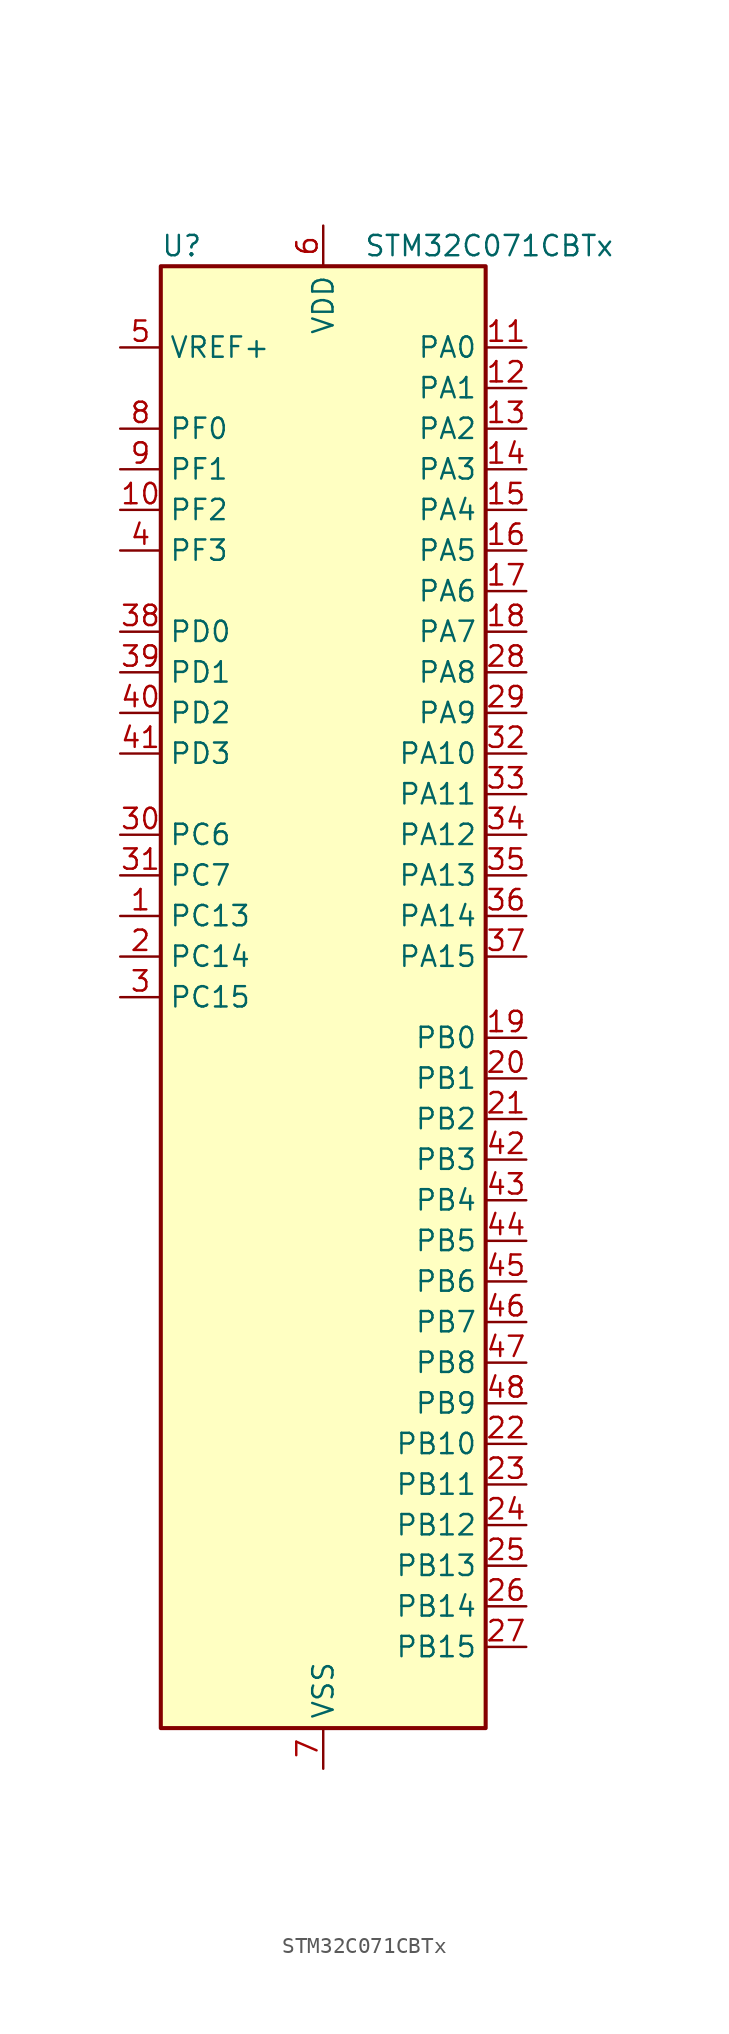
<source format=kicad_sym>
(kicad_symbol_lib
  (version 20241209)
  (generator "kicad_symbol_editor")
  (generator_version "9.0")
  (symbol "STM32C071CBTx"
    (property "Reference" "U"
      (at -10.16 46.99 0)
      (effects (font (size 1.27 1.27)) (justify left)))
    (property "Value" "STM32C071CBTx"
      (at 2.54 46.99 0)
      (effects (font (size 1.27 1.27)) (justify left)))
    (symbol "STM32C071CBTx_0_1"
      (rectangle (start -10.16 -45.72) (end 10.16 45.72) (stroke (width 0.254) (type default)) (fill (type background))))
    (symbol "STM32C071CBTx_1_1"
      (pin input line (at -12.7 40.64 0) (length 2.54) (name "VREF+" (effects (font (size 1.27 1.27)))) (number "5" (effects (font (size 1.27 1.27)))))
      (pin bidirectional line (at -12.7 35.56 0) (length 2.54) (name "PF0" (effects (font (size 1.27 1.27)))) (number "8" (effects (font (size 1.27 1.27)))) (alternate "CRS_SYNC" bidirectional line) (alternate "RCC_OSC_IN" bidirectional line) (alternate "TIM14_CH1" bidirectional line))
      (pin bidirectional line (at -12.7 33.02 0) (length 2.54) (name "PF1" (effects (font (size 1.27 1.27)))) (number "9" (effects (font (size 1.27 1.27)))) (alternate "RCC_OSC_EN" bidirectional line) (alternate "RCC_OSC_OUT" bidirectional line))
      (pin bidirectional line (at -12.7 30.48 0) (length 2.54) (name "PF2" (effects (font (size 1.27 1.27)))) (number "10" (effects (font (size 1.27 1.27)))) (alternate "RCC_MCO" bidirectional line) (alternate "TIM1_CH4" bidirectional line))
      (pin bidirectional line (at -12.7 27.94 0) (length 2.54) (name "PF3" (effects (font (size 1.27 1.27)))) (number "4" (effects (font (size 1.27 1.27)))))
      (pin bidirectional line (at -12.7 22.86 0) (length 2.54) (name "PD0" (effects (font (size 1.27 1.27)))) (number "38" (effects (font (size 1.27 1.27)))) (alternate "SPI2_NSS" bidirectional line) (alternate "TIM16_CH1" bidirectional line))
      (pin bidirectional line (at -12.7 20.32 0) (length 2.54) (name "PD1" (effects (font (size 1.27 1.27)))) (number "39" (effects (font (size 1.27 1.27)))) (alternate "SPI2_SCK" bidirectional line) (alternate "TIM17_CH1" bidirectional line))
      (pin bidirectional line (at -12.7 17.78 0) (length 2.54) (name "PD2" (effects (font (size 1.27 1.27)))) (number "40" (effects (font (size 1.27 1.27)))) (alternate "TIM1_CH1N" bidirectional line) (alternate "TIM3_ETR" bidirectional line))
      (pin bidirectional line (at -12.7 15.24 0) (length 2.54) (name "PD3" (effects (font (size 1.27 1.27)))) (number "41" (effects (font (size 1.27 1.27)))) (alternate "SPI2_MISO" bidirectional line) (alternate "TIM1_CH2N" bidirectional line) (alternate "USART2_CTS" bidirectional line) (alternate "USART2_NSS" bidirectional line))
      (pin bidirectional line (at -12.7 10.16 0) (length 2.54) (name "PC6" (effects (font (size 1.27 1.27)))) (number "30" (effects (font (size 1.27 1.27)))) (alternate "TIM2_CH3" bidirectional line) (alternate "TIM3_CH1" bidirectional line))
      (pin bidirectional line (at -12.7 7.62 0) (length 2.54) (name "PC7" (effects (font (size 1.27 1.27)))) (number "31" (effects (font (size 1.27 1.27)))) (alternate "TIM2_CH4" bidirectional line) (alternate "TIM3_CH2" bidirectional line))
      (pin bidirectional line (at -12.7 5.08 0) (length 2.54) (name "PC13" (effects (font (size 1.27 1.27)))) (number "1" (effects (font (size 1.27 1.27)))) (alternate "PWR_WKUP2" bidirectional line) (alternate "RTC_OUT1" bidirectional line) (alternate "RTC_TS" bidirectional line) (alternate "TIM1_BKIN" bidirectional line) (alternate "TIM1_ETR" bidirectional line))
      (pin bidirectional line (at -12.7 2.54 0) (length 2.54) (name "PC14" (effects (font (size 1.27 1.27)))) (number "2" (effects (font (size 1.27 1.27)))) (alternate "I2C1_SDA" bidirectional line) (alternate "IR_OUT" bidirectional line) (alternate "RCC_OSCX_IN" bidirectional line) (alternate "SPI2_NSS" bidirectional line) (alternate "TIM17_CH1" bidirectional line) (alternate "TIM1_BKIN2" bidirectional line) (alternate "TIM1_ETR" bidirectional line) (alternate "TIM3_CH2" bidirectional line) (alternate "USART1_TX" bidirectional line) (alternate "USART2_CK" bidirectional line) (alternate "USART2_DE" bidirectional line) (alternate "USART2_RTS" bidirectional line))
      (pin bidirectional line (at -12.7 0 0) (length 2.54) (name "PC15" (effects (font (size 1.27 1.27)))) (number "3" (effects (font (size 1.27 1.27)))) (alternate "RCC_OSC32_EN" bidirectional line) (alternate "RCC_OSCX_OUT" bidirectional line) (alternate "RCC_OSC_EN" bidirectional line) (alternate "TIM1_ETR" bidirectional line) (alternate "TIM3_CH3" bidirectional line))
      (pin power_in line (at 0 48.26 270) (length 2.54) (name "VDD" (effects (font (size 1.27 1.27)))) (number "6" (effects (font (size 1.27 1.27)))))
      (pin power_in line (at 0 -48.26 90) (length 2.54) (name "VSS" (effects (font (size 1.27 1.27)))) (number "7" (effects (font (size 1.27 1.27)))))
      (pin bidirectional line (at 12.7 40.64 180) (length 2.54) (name "PA0" (effects (font (size 1.27 1.27)))) (number "11" (effects (font (size 1.27 1.27)))) (alternate "ADC1_IN0" bidirectional line) (alternate "PWR_WKUP1" bidirectional line) (alternate "SPI2_SCK" bidirectional line) (alternate "TIM16_CH1" bidirectional line) (alternate "TIM1_CH1" bidirectional line) (alternate "TIM2_CH1" bidirectional line) (alternate "TIM2_ETR" bidirectional line) (alternate "USART1_TX" bidirectional line) (alternate "USART2_CTS" bidirectional line) (alternate "USART2_NSS" bidirectional line))
      (pin bidirectional line (at 12.7 38.1 180) (length 2.54) (name "PA1" (effects (font (size 1.27 1.27)))) (number "12" (effects (font (size 1.27 1.27)))) (alternate "ADC1_IN1" bidirectional line) (alternate "I2C1_SMBA" bidirectional line) (alternate "I2S1_CK" bidirectional line) (alternate "SPI1_SCK" bidirectional line) (alternate "TIM17_CH1" bidirectional line) (alternate "TIM1_CH2" bidirectional line) (alternate "TIM2_CH2" bidirectional line) (alternate "USART1_RX" bidirectional line) (alternate "USART2_CK" bidirectional line) (alternate "USART2_DE" bidirectional line) (alternate "USART2_RTS" bidirectional line))
      (pin bidirectional line (at 12.7 35.56 180) (length 2.54) (name "PA2" (effects (font (size 1.27 1.27)))) (number "13" (effects (font (size 1.27 1.27)))) (alternate "ADC1_IN2" bidirectional line) (alternate "I2S1_SD" bidirectional line) (alternate "PWR_WKUP4" bidirectional line) (alternate "RCC_LSCO" bidirectional line) (alternate "SPI1_MOSI" bidirectional line) (alternate "TIM16_CH1N" bidirectional line) (alternate "TIM1_CH3" bidirectional line) (alternate "TIM2_CH3" bidirectional line) (alternate "TIM3_ETR" bidirectional line) (alternate "USART2_TX" bidirectional line))
      (pin bidirectional line (at 12.7 33.02 180) (length 2.54) (name "PA3" (effects (font (size 1.27 1.27)))) (number "14" (effects (font (size 1.27 1.27)))) (alternate "ADC1_IN3" bidirectional line) (alternate "SPI2_MISO" bidirectional line) (alternate "TIM1_CH1N" bidirectional line) (alternate "TIM1_CH4" bidirectional line) (alternate "TIM2_CH4" bidirectional line) (alternate "USART2_RX" bidirectional line))
      (pin bidirectional line (at 12.7 30.48 180) (length 2.54) (name "PA4" (effects (font (size 1.27 1.27)))) (number "15" (effects (font (size 1.27 1.27)))) (alternate "ADC1_IN4" bidirectional line) (alternate "I2S1_WS" bidirectional line) (alternate "RTC_OUT2" bidirectional line) (alternate "SPI1_NSS" bidirectional line) (alternate "SPI2_MOSI" bidirectional line) (alternate "TIM14_CH1" bidirectional line) (alternate "TIM17_CH1N" bidirectional line) (alternate "TIM1_CH2N" bidirectional line) (alternate "USART2_TX" bidirectional line) (alternate "USB_NOE" bidirectional line))
      (pin bidirectional line (at 12.7 27.94 180) (length 2.54) (name "PA5" (effects (font (size 1.27 1.27)))) (number "16" (effects (font (size 1.27 1.27)))) (alternate "ADC1_IN5" bidirectional line) (alternate "I2S1_CK" bidirectional line) (alternate "SPI1_SCK" bidirectional line) (alternate "TIM1_CH1" bidirectional line) (alternate "TIM1_CH3N" bidirectional line) (alternate "TIM2_CH1" bidirectional line) (alternate "TIM2_ETR" bidirectional line) (alternate "USART2_RX" bidirectional line))
      (pin bidirectional line (at 12.7 25.4 180) (length 2.54) (name "PA6" (effects (font (size 1.27 1.27)))) (number "17" (effects (font (size 1.27 1.27)))) (alternate "ADC1_IN6" bidirectional line) (alternate "I2C2_SDA" bidirectional line) (alternate "I2S1_MCK" bidirectional line) (alternate "SPI1_MISO" bidirectional line) (alternate "TIM16_CH1" bidirectional line) (alternate "TIM1_BKIN" bidirectional line) (alternate "TIM3_CH1" bidirectional line))
      (pin bidirectional line (at 12.7 22.86 180) (length 2.54) (name "PA7" (effects (font (size 1.27 1.27)))) (number "18" (effects (font (size 1.27 1.27)))) (alternate "ADC1_IN7" bidirectional line) (alternate "I2C2_SCL" bidirectional line) (alternate "I2S1_SD" bidirectional line) (alternate "SPI1_MOSI" bidirectional line) (alternate "TIM14_CH1" bidirectional line) (alternate "TIM17_CH1" bidirectional line) (alternate "TIM1_CH1N" bidirectional line) (alternate "TIM3_CH2" bidirectional line))
      (pin bidirectional line (at 12.7 20.32 180) (length 2.54) (name "PA8" (effects (font (size 1.27 1.27)))) (number "28" (effects (font (size 1.27 1.27)))) (alternate "ADC1_IN8" bidirectional line) (alternate "CRS_SYNC" bidirectional line) (alternate "I2S1_WS" bidirectional line) (alternate "RCC_MCO" bidirectional line) (alternate "RCC_MCO2" bidirectional line) (alternate "SPI1_NSS" bidirectional line) (alternate "SPI2_MISO" bidirectional line) (alternate "SPI2_NSS" bidirectional line) (alternate "TIM14_CH1" bidirectional line) (alternate "TIM1_CH1" bidirectional line) (alternate "TIM1_CH2N" bidirectional line) (alternate "TIM1_CH3N" bidirectional line) (alternate "TIM3_CH3" bidirectional line) (alternate "TIM3_CH4" bidirectional line) (alternate "USART1_RX" bidirectional line) (alternate "USART2_TX" bidirectional line))
      (pin bidirectional line (at 12.7 17.78 180) (length 2.54) (name "PA9" (effects (font (size 1.27 1.27)))) (number "29" (effects (font (size 1.27 1.27)))) (alternate "I2C1_SCL" bidirectional line) (alternate "I2C2_SCL" bidirectional line) (alternate "RCC_MCO" bidirectional line) (alternate "SPI2_MISO" bidirectional line) (alternate "TIM1_CH2" bidirectional line) (alternate "TIM3_ETR" bidirectional line) (alternate "USART1_TX" bidirectional line))
      (pin bidirectional line (at 12.7 15.24 180) (length 2.54) (name "PA10" (effects (font (size 1.27 1.27)))) (number "32" (effects (font (size 1.27 1.27)))) (alternate "I2C1_SDA" bidirectional line) (alternate "I2C2_SDA" bidirectional line) (alternate "RCC_MCO2" bidirectional line) (alternate "SPI2_MOSI" bidirectional line) (alternate "TIM17_BKIN" bidirectional line) (alternate "TIM1_CH3" bidirectional line) (alternate "USART1_RX" bidirectional line))
      (pin bidirectional line (at 12.7 12.7 180) (length 2.54) (name "PA11" (effects (font (size 1.27 1.27)))) (number "33" (effects (font (size 1.27 1.27)))) (alternate "ADC1_EXTI11" bidirectional line) (alternate "I2C2_SCL" bidirectional line) (alternate "I2S1_MCK" bidirectional line) (alternate "SPI1_MISO" bidirectional line) (alternate "TIM1_BKIN2" bidirectional line) (alternate "TIM1_CH4" bidirectional line) (alternate "USART1_CTS" bidirectional line) (alternate "USART1_NSS" bidirectional line) (alternate "USB_DM" bidirectional line))
      (pin bidirectional line (at 12.7 10.16 180) (length 2.54) (name "PA12" (effects (font (size 1.27 1.27)))) (number "34" (effects (font (size 1.27 1.27)))) (alternate "I2C2_SDA" bidirectional line) (alternate "I2S1_SD" bidirectional line) (alternate "I2S_CKIN" bidirectional line) (alternate "SPI1_MOSI" bidirectional line) (alternate "TIM1_ETR" bidirectional line) (alternate "USART1_CK" bidirectional line) (alternate "USART1_DE" bidirectional line) (alternate "USART1_RTS" bidirectional line) (alternate "USB_DP" bidirectional line))
      (pin bidirectional line (at 12.7 7.62 180) (length 2.54) (name "PA13" (effects (font (size 1.27 1.27)))) (number "35" (effects (font (size 1.27 1.27)))) (alternate "ADC1_IN13" bidirectional line) (alternate "DEBUG_SWDIO" bidirectional line) (alternate "IR_OUT" bidirectional line) (alternate "TIM3_ETR" bidirectional line) (alternate "USART2_RX" bidirectional line) (alternate "USB_NOE" bidirectional line))
      (pin bidirectional line (at 12.7 5.08 180) (length 2.54) (name "PA14" (effects (font (size 1.27 1.27)))) (number "36" (effects (font (size 1.27 1.27)))) (alternate "ADC1_IN14" bidirectional line) (alternate "DEBUG_SWCLK" bidirectional line) (alternate "I2S1_WS" bidirectional line) (alternate "RCC_MCO2" bidirectional line) (alternate "SPI1_NSS" bidirectional line) (alternate "TIM1_CH1" bidirectional line) (alternate "USART1_CK" bidirectional line) (alternate "USART1_DE" bidirectional line) (alternate "USART1_RTS" bidirectional line) (alternate "USART2_RX" bidirectional line) (alternate "USART2_TX" bidirectional line))
      (pin bidirectional line (at 12.7 2.54 180) (length 2.54) (name "PA15" (effects (font (size 1.27 1.27)))) (number "37" (effects (font (size 1.27 1.27)))) (alternate "I2S1_WS" bidirectional line) (alternate "RCC_MCO2" bidirectional line) (alternate "SPI1_NSS" bidirectional line) (alternate "TIM1_CH1" bidirectional line) (alternate "TIM2_CH1" bidirectional line) (alternate "TIM2_ETR" bidirectional line) (alternate "USART1_CK" bidirectional line) (alternate "USART1_DE" bidirectional line) (alternate "USART1_RTS" bidirectional line) (alternate "USART2_RX" bidirectional line) (alternate "USB_NOE" bidirectional line))
      (pin bidirectional line (at 12.7 -2.54 180) (length 2.54) (name "PB0" (effects (font (size 1.27 1.27)))) (number "19" (effects (font (size 1.27 1.27)))) (alternate "ADC1_IN17" bidirectional line) (alternate "I2S1_WS" bidirectional line) (alternate "SPI1_NSS" bidirectional line) (alternate "TIM1_CH2N" bidirectional line) (alternate "TIM3_CH3" bidirectional line))
      (pin bidirectional line (at 12.7 -5.08 180) (length 2.54) (name "PB1" (effects (font (size 1.27 1.27)))) (number "20" (effects (font (size 1.27 1.27)))) (alternate "ADC1_IN18" bidirectional line) (alternate "TIM14_CH1" bidirectional line) (alternate "TIM1_CH2N" bidirectional line) (alternate "TIM1_CH3N" bidirectional line) (alternate "TIM3_CH4" bidirectional line))
      (pin bidirectional line (at 12.7 -7.62 180) (length 2.54) (name "PB2" (effects (font (size 1.27 1.27)))) (number "21" (effects (font (size 1.27 1.27)))) (alternate "ADC1_IN19" bidirectional line) (alternate "RCC_MCO2" bidirectional line) (alternate "SPI2_MISO" bidirectional line) (alternate "USART1_RX" bidirectional line))
      (pin bidirectional line (at 12.7 -10.16 180) (length 2.54) (name "PB3" (effects (font (size 1.27 1.27)))) (number "42" (effects (font (size 1.27 1.27)))) (alternate "I2C2_SCL" bidirectional line) (alternate "I2S1_CK" bidirectional line) (alternate "SPI1_SCK" bidirectional line) (alternate "TIM1_CH2" bidirectional line) (alternate "TIM2_CH2" bidirectional line) (alternate "TIM3_CH2" bidirectional line) (alternate "USART1_CK" bidirectional line) (alternate "USART1_DE" bidirectional line) (alternate "USART1_RTS" bidirectional line))
      (pin bidirectional line (at 12.7 -12.7 180) (length 2.54) (name "PB4" (effects (font (size 1.27 1.27)))) (number "43" (effects (font (size 1.27 1.27)))) (alternate "I2C2_SDA" bidirectional line) (alternate "I2S1_MCK" bidirectional line) (alternate "SPI1_MISO" bidirectional line) (alternate "TIM17_BKIN" bidirectional line) (alternate "TIM3_CH1" bidirectional line) (alternate "USART1_CTS" bidirectional line) (alternate "USART1_NSS" bidirectional line))
      (pin bidirectional line (at 12.7 -15.24 180) (length 2.54) (name "PB5" (effects (font (size 1.27 1.27)))) (number "44" (effects (font (size 1.27 1.27)))) (alternate "I2C1_SMBA" bidirectional line) (alternate "I2S1_SD" bidirectional line) (alternate "PWR_WKUP6" bidirectional line) (alternate "SPI1_MOSI" bidirectional line) (alternate "TIM16_BKIN" bidirectional line) (alternate "TIM3_CH2" bidirectional line) (alternate "TIM3_CH3" bidirectional line))
      (pin bidirectional line (at 12.7 -17.78 180) (length 2.54) (name "PB6" (effects (font (size 1.27 1.27)))) (number "45" (effects (font (size 1.27 1.27)))) (alternate "I2C1_SCL" bidirectional line) (alternate "I2C1_SMBA" bidirectional line) (alternate "I2S1_CK" bidirectional line) (alternate "I2S1_MCK" bidirectional line) (alternate "I2S1_SD" bidirectional line) (alternate "PWR_WKUP3" bidirectional line) (alternate "SPI1_MISO" bidirectional line) (alternate "SPI1_MOSI" bidirectional line) (alternate "SPI1_SCK" bidirectional line) (alternate "SPI2_MISO" bidirectional line) (alternate "TIM16_BKIN" bidirectional line) (alternate "TIM16_CH1N" bidirectional line) (alternate "TIM17_BKIN" bidirectional line) (alternate "TIM1_CH2" bidirectional line) (alternate "TIM1_CH3" bidirectional line) (alternate "TIM3_CH1" bidirectional line) (alternate "TIM3_CH2" bidirectional line) (alternate "TIM3_CH3" bidirectional line) (alternate "USART1_CTS" bidirectional line) (alternate "USART1_NSS" bidirectional line) (alternate "USART1_TX" bidirectional line))
      (pin bidirectional line (at 12.7 -20.32 180) (length 2.54) (name "PB7" (effects (font (size 1.27 1.27)))) (number "46" (effects (font (size 1.27 1.27)))) (alternate "I2C1_SCL" bidirectional line) (alternate "I2C1_SDA" bidirectional line) (alternate "SPI2_MOSI" bidirectional line) (alternate "TIM16_CH1" bidirectional line) (alternate "TIM17_CH1N" bidirectional line) (alternate "TIM1_CH4" bidirectional line) (alternate "TIM3_CH1" bidirectional line) (alternate "TIM3_CH4" bidirectional line) (alternate "USART1_RX" bidirectional line) (alternate "USART2_CTS" bidirectional line) (alternate "USART2_NSS" bidirectional line))
      (pin bidirectional line (at 12.7 -22.86 180) (length 2.54) (name "PB8" (effects (font (size 1.27 1.27)))) (number "47" (effects (font (size 1.27 1.27)))) (alternate "I2C1_SCL" bidirectional line) (alternate "SPI2_SCK" bidirectional line) (alternate "TIM16_CH1" bidirectional line) (alternate "TIM3_CH1" bidirectional line) (alternate "USART2_CTS" bidirectional line) (alternate "USART2_NSS" bidirectional line))
      (pin bidirectional line (at 12.7 -25.4 180) (length 2.54) (name "PB9" (effects (font (size 1.27 1.27)))) (number "48" (effects (font (size 1.27 1.27)))) (alternate "I2C1_SDA" bidirectional line) (alternate "IR_OUT" bidirectional line) (alternate "SPI2_NSS" bidirectional line) (alternate "TIM17_CH1" bidirectional line) (alternate "TIM3_CH2" bidirectional line) (alternate "USART2_CK" bidirectional line) (alternate "USART2_DE" bidirectional line) (alternate "USART2_RTS" bidirectional line))
      (pin bidirectional line (at 12.7 -27.94 180) (length 2.54) (name "PB10" (effects (font (size 1.27 1.27)))) (number "22" (effects (font (size 1.27 1.27)))) (alternate "ADC1_IN20" bidirectional line) (alternate "I2C2_SCL" bidirectional line) (alternate "SPI2_SCK" bidirectional line) (alternate "TIM2_CH3" bidirectional line))
      (pin bidirectional line (at 12.7 -30.48 180) (length 2.54) (name "PB11" (effects (font (size 1.27 1.27)))) (number "23" (effects (font (size 1.27 1.27)))) (alternate "ADC1_EXTI11" bidirectional line) (alternate "ADC1_IN21" bidirectional line) (alternate "I2C2_SDA" bidirectional line) (alternate "SPI2_MOSI" bidirectional line) (alternate "TIM2_CH4" bidirectional line))
      (pin bidirectional line (at 12.7 -33.02 180) (length 2.54) (name "PB12" (effects (font (size 1.27 1.27)))) (number "24" (effects (font (size 1.27 1.27)))) (alternate "ADC1_IN22" bidirectional line) (alternate "SPI2_NSS" bidirectional line) (alternate "TIM1_BKIN" bidirectional line) (alternate "TIM1_BKIN2" bidirectional line))
      (pin bidirectional line (at 12.7 -35.56 180) (length 2.54) (name "PB13" (effects (font (size 1.27 1.27)))) (number "25" (effects (font (size 1.27 1.27)))) (alternate "I2C2_SCL" bidirectional line) (alternate "SPI2_SCK" bidirectional line) (alternate "TIM1_CH1N" bidirectional line))
      (pin bidirectional line (at 12.7 -38.1 180) (length 2.54) (name "PB14" (effects (font (size 1.27 1.27)))) (number "26" (effects (font (size 1.27 1.27)))) (alternate "I2C2_SDA" bidirectional line) (alternate "SPI2_MISO" bidirectional line) (alternate "TIM1_CH2N" bidirectional line))
      (pin bidirectional line (at 12.7 -40.64 180) (length 2.54) (name "PB15" (effects (font (size 1.27 1.27)))) (number "27" (effects (font (size 1.27 1.27)))) (alternate "RTC_REFIN" bidirectional line) (alternate "SPI2_MOSI" bidirectional line) (alternate "TIM1_CH3N" bidirectional line)))))
</source>
